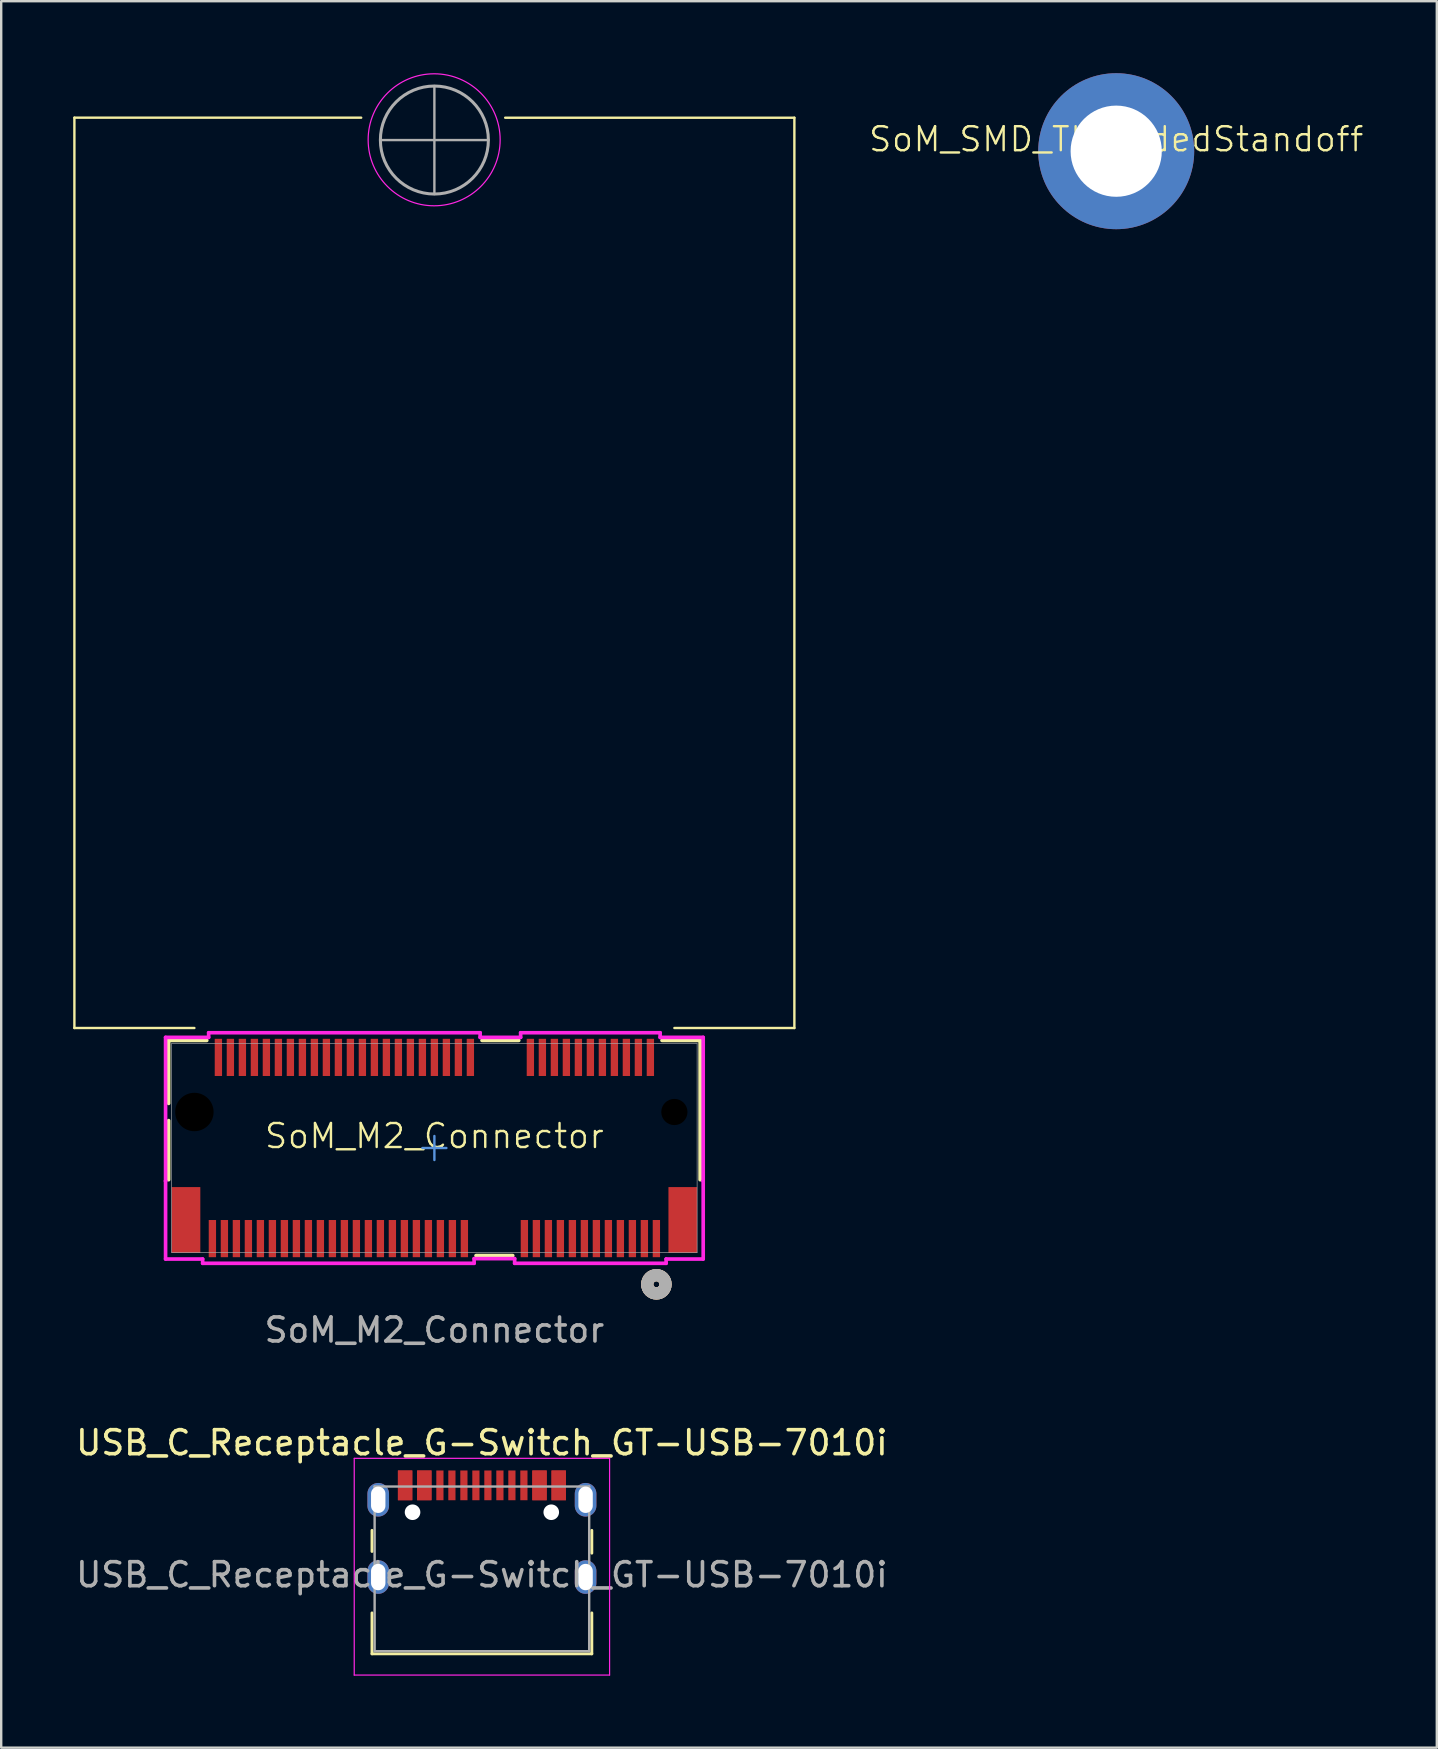
<source format=kicad_pcb>
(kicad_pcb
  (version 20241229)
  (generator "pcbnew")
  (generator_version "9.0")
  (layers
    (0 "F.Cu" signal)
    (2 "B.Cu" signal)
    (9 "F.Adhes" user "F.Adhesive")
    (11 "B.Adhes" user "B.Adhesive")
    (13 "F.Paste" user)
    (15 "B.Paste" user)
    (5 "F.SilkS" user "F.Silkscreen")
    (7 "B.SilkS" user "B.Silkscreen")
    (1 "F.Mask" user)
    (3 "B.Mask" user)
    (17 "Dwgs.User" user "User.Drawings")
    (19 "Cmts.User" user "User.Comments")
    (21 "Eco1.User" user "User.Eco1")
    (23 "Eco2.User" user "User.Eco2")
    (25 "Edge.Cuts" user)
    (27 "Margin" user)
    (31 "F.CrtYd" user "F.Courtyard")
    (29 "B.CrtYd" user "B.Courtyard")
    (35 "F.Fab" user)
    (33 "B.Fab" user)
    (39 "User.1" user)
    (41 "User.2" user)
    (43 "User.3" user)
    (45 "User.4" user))
  (footprint "SoM_M2_Connector"
    (layer "F.Cu")
    (at 15.05 44.785)
    (property "Reference" "SoM_M2_Connector" (at 0 -0.5 0) (unlocked yes) (layer "F.SilkS") (effects (font (size 1 1) (thickness 0.1))))
    (attr smd)
    (fp_line (start -15 -42.931) (end -3.05 -42.931) (stroke (width 0.1) (type default)) (layer "F.SilkS"))
    (fp_line (start -15 -5) (end -15 -42.931) (stroke (width 0.1) (type default)) (layer "F.SilkS"))
    (fp_line (start -11.074 -4.483) (end -11.074 -1.859) (stroke (width 0.152) (type solid)) (layer "F.SilkS"))
    (fp_line (start -11.074 -1.141) (end -11.074 1.321) (stroke (width 0.152) (type solid)) (layer "F.SilkS"))
    (fp_line (start -10 -5) (end -15 -5) (stroke (width 0.1) (type default)) (layer "F.SilkS"))
    (fp_line (start -9.485 -4.483) (end -11.074 -4.483) (stroke (width 0.152) (type solid)) (layer "F.SilkS"))
    (fp_line (start 1.735 4.483) (end 3.265 4.483) (stroke (width 0.152) (type solid)) (layer "F.SilkS"))
    (fp_line (start 2.95 -42.93) (end 15 -42.93) (stroke (width 0.1) (type default)) (layer "F.SilkS"))
    (fp_line (start 3.515 -4.483) (end 1.985 -4.483) (stroke (width 0.152) (type solid)) (layer "F.SilkS"))
    (fp_line (start 10 -5) (end 15 -5) (stroke (width 0.1) (type default)) (layer "F.SilkS"))
    (fp_line (start 11.074 -4.483) (end 9.485 -4.483) (stroke (width 0.152) (type solid)) (layer "F.SilkS"))
    (fp_line (start 11.074 1.321) (end 11.074 -4.483) (stroke (width 0.152) (type solid)) (layer "F.SilkS"))
    (fp_line (start 15 -5) (end 15 -42.93) (stroke (width 0.1) (type default)) (layer "F.SilkS"))
    (fp_circle (center 9.25 5.68) (end 8.869 5.68) (stroke (width 0.508) (type solid)) (fill no) (layer "F.SilkS"))
    (fp_circle (center 9.25 5.68) (end 8.869 5.68) (stroke (width 0.508) (type solid)) (fill no) (layer "B.SilkS"))
    (fp_line (start 0 0) (end -0.5 0) (stroke (width 0.1) (type default)) (layer "Cmts.User"))
    (fp_line (start 0 0) (end 0 -0.5) (stroke (width 0.1) (type default)) (layer "Cmts.User"))
    (fp_line (start 0 0) (end 0 0.5) (stroke (width 0.1) (type default)) (layer "Cmts.User"))
    (fp_line (start 0 0) (end 0.5 0) (stroke (width 0.1) (type default)) (layer "Cmts.User"))
    (fp_line (start -11.201 -4.61) (end -11.201 1.375) (stroke (width 0.152) (type solid)) (layer "F.CrtYd"))
    (fp_line (start -11.201 1.375) (end -11.201 1.375) (stroke (width 0.152) (type solid)) (layer "F.CrtYd"))
    (fp_line (start -11.201 1.375) (end -11.201 4.626) (stroke (width 0.152) (type solid)) (layer "F.CrtYd"))
    (fp_line (start -11.201 4.626) (end -9.656 4.626) (stroke (width 0.152) (type solid)) (layer "F.CrtYd"))
    (fp_line (start -9.656 4.626) (end -9.656 4.804) (stroke (width 0.152) (type solid)) (layer "F.CrtYd"))
    (fp_line (start -9.656 4.804) (end 1.656 4.804) (stroke (width 0.152) (type solid)) (layer "F.CrtYd"))
    (fp_line (start -9.406 -4.803) (end -9.406 -4.61) (stroke (width 0.152) (type solid)) (layer "F.CrtYd"))
    (fp_line (start -9.406 -4.61) (end -11.201 -4.61) (stroke (width 0.152) (type solid)) (layer "F.CrtYd"))
    (fp_line (start 1.656 4.61) (end 3.344 4.61) (stroke (width 0.152) (type solid)) (layer "F.CrtYd"))
    (fp_line (start 1.656 4.804) (end 1.656 4.61) (stroke (width 0.152) (type solid)) (layer "F.CrtYd"))
    (fp_line (start 1.906 -4.803) (end -9.406 -4.803) (stroke (width 0.152) (type solid)) (layer "F.CrtYd"))
    (fp_line (start 1.906 -4.61) (end 1.906 -4.803) (stroke (width 0.152) (type solid)) (layer "F.CrtYd"))
    (fp_line (start 3.344 4.61) (end 3.344 4.804) (stroke (width 0.152) (type solid)) (layer "F.CrtYd"))
    (fp_line (start 3.344 4.804) (end 9.656 4.804) (stroke (width 0.152) (type solid)) (layer "F.CrtYd"))
    (fp_line (start 3.594 -4.803) (end 3.594 -4.61) (stroke (width 0.152) (type solid)) (layer "F.CrtYd"))
    (fp_line (start 3.594 -4.61) (end 1.906 -4.61) (stroke (width 0.152) (type solid)) (layer "F.CrtYd"))
    (fp_line (start 9.406 -4.803) (end 3.594 -4.803) (stroke (width 0.152) (type solid)) (layer "F.CrtYd"))
    (fp_line (start 9.406 -4.61) (end 9.406 -4.803) (stroke (width 0.152) (type solid)) (layer "F.CrtYd"))
    (fp_line (start 9.656 4.626) (end 11.201 4.626) (stroke (width 0.152) (type solid)) (layer "F.CrtYd"))
    (fp_line (start 9.656 4.804) (end 9.656 4.626) (stroke (width 0.152) (type solid)) (layer "F.CrtYd"))
    (fp_line (start 11.201 1.375) (end 11.201 1.375) (stroke (width 0.152) (type solid)) (layer "F.CrtYd"))
    (fp_line (start 11.201 4.626) (end 11.201 1.375) (stroke (width 0.152) (type solid)) (layer "F.CrtYd"))
    (fp_line (start 11.201 -4.61) (end 9.406 -4.61) (stroke (width 0.152) (type solid)) (layer "F.CrtYd"))
    (fp_line (start 11.201 1.375) (end 11.201 -4.61) (stroke (width 0.152) (type solid)) (layer "F.CrtYd"))
    (fp_circle (center -0.01 -42.01) (end -2.76 -42.01) (stroke (width 0.05) (type solid)) (fill no) (layer "F.CrtYd"))
    (fp_line (start -10.947 -4.356) (end -10.947 4.356) (stroke (width 0.025) (type solid)) (layer "F.Fab"))
    (fp_line (start -10.947 4.356) (end 10.947 4.356) (stroke (width 0.025) (type solid)) (layer "F.Fab"))
    (fp_line (start 0 -44.25) (end 0 -39.75) (stroke (width 0.1) (type default)) (layer "F.Fab"))
    (fp_line (start 2.25 -42) (end -2.25 -42) (stroke (width 0.1) (type default)) (layer "F.Fab"))
    (fp_line (start 10.947 -4.356) (end -10.947 -4.356) (stroke (width 0.025) (type solid)) (layer "F.Fab"))
    (fp_line (start 10.947 4.356) (end 10.947 -4.356) (stroke (width 0.025) (type solid)) (layer "F.Fab"))
    (fp_circle (center 0 -42) (end 2.25 -42) (stroke (width 0.127) (type solid)) (fill no) (layer "F.Fab"))
    (fp_circle (center 9.25 5.68) (end 8.869 5.68) (stroke (width 0.508) (type solid)) (fill no) (layer "F.Fab"))
    (fp_text user "${REFERENCE}" (at 0 7.585 0) (unlocked yes) (layer "F.Fab") (effects (font (size 1 1) (thickness 0.15))))
    (pad "" np_thru_hole circle (at -10 -1.5 180) (size 1.6 1.6) (drill 1.6) (layers))
    (pad "" np_thru_hole circle (at 10 -1.5 180) (size 1.092 1.092) (drill 1.092) (layers))
    (pad "1" smd rect (at 9.25 3.775 180) (size 0.305 1.549) (layers "F.Cu" "F.Mask" "F.Paste"))
    (pad "2" smd rect (at 9 -3.775 180) (size 0.305 1.549) (layers "F.Cu" "F.Mask" "F.Paste"))
    (pad "3" smd rect (at 8.75 3.775 180) (size 0.305 1.549) (layers "F.Cu" "F.Mask" "F.Paste"))
    (pad "4" smd rect (at 8.5 -3.775 180) (size 0.305 1.549) (layers "F.Cu" "F.Mask" "F.Paste"))
    (pad "5" smd rect (at 8.25 3.775 180) (size 0.305 1.549) (layers "F.Cu" "F.Mask" "F.Paste"))
    (pad "6" smd rect (at 8 -3.775 180) (size 0.305 1.549) (layers "F.Cu" "F.Mask" "F.Paste"))
    (pad "7" smd rect (at 7.75 3.775 180) (size 0.305 1.549) (layers "F.Cu" "F.Mask" "F.Paste"))
    (pad "8" smd rect (at 7.5 -3.775 180) (size 0.305 1.549) (layers "F.Cu" "F.Mask" "F.Paste"))
    (pad "9" smd rect (at 7.25 3.775 180) (size 0.305 1.549) (layers "F.Cu" "F.Mask" "F.Paste"))
    (pad "10" smd rect (at 7 -3.775 180) (size 0.305 1.549) (layers "F.Cu" "F.Mask" "F.Paste"))
    (pad "11" smd rect (at 6.75 3.775 180) (size 0.305 1.549) (layers "F.Cu" "F.Mask" "F.Paste"))
    (pad "12" smd rect (at 6.5 -3.775 180) (size 0.305 1.549) (layers "F.Cu" "F.Mask" "F.Paste"))
    (pad "13" smd rect (at 6.25 3.775 180) (size 0.305 1.549) (layers "F.Cu" "F.Mask" "F.Paste"))
    (pad "14" smd rect (at 6 -3.775 180) (size 0.305 1.549) (layers "F.Cu" "F.Mask" "F.Paste"))
    (pad "15" smd rect (at 5.75 3.775 180) (size 0.305 1.549) (layers "F.Cu" "F.Mask" "F.Paste"))
    (pad "16" smd rect (at 5.5 -3.775 180) (size 0.305 1.549) (layers "F.Cu" "F.Mask" "F.Paste"))
    (pad "17" smd rect (at 5.25 3.775 180) (size 0.305 1.549) (layers "F.Cu" "F.Mask" "F.Paste"))
    (pad "18" smd rect (at 5 -3.775 180) (size 0.305 1.549) (layers "F.Cu" "F.Mask" "F.Paste"))
    (pad "19" smd rect (at 4.75 3.775 180) (size 0.305 1.549) (layers "F.Cu" "F.Mask" "F.Paste"))
    (pad "20" smd rect (at 4.5 -3.775 180) (size 0.305 1.549) (layers "F.Cu" "F.Mask" "F.Paste"))
    (pad "21" smd rect (at 4.25 3.775 180) (size 0.305 1.549) (layers "F.Cu" "F.Mask" "F.Paste"))
    (pad "22" smd rect (at 4 -3.775 180) (size 0.305 1.549) (layers "F.Cu" "F.Mask" "F.Paste"))
    (pad "23" smd rect (at 3.75 3.775 180) (size 0.305 1.549) (layers "F.Cu" "F.Mask" "F.Paste"))
    (pad "32" smd rect (at 1.5 -3.775 180) (size 0.305 1.549) (layers "F.Cu" "F.Mask" "F.Paste"))
    (pad "33" smd rect (at 1.25 3.775 180) (size 0.305 1.549) (layers "F.Cu" "F.Mask" "F.Paste"))
    (pad "34" smd rect (at 1 -3.775 180) (size 0.305 1.549) (layers "F.Cu" "F.Mask" "F.Paste"))
    (pad "35" smd rect (at 0.75 3.775 180) (size 0.305 1.549) (layers "F.Cu" "F.Mask" "F.Paste"))
    (pad "36" smd rect (at 0.5 -3.775 180) (size 0.305 1.549) (layers "F.Cu" "F.Mask" "F.Paste"))
    (pad "37" smd rect (at 0.25 3.775 180) (size 0.305 1.549) (layers "F.Cu" "F.Mask" "F.Paste"))
    (pad "38" smd rect (at -0.000001 -3.775 180) (size 0.305 1.549) (layers "F.Cu" "F.Mask" "F.Paste"))
    (pad "39" smd rect (at -0.25 3.775 180) (size 0.305 1.549) (layers "F.Cu" "F.Mask" "F.Paste"))
    (pad "40" smd rect (at -0.5 -3.775 180) (size 0.305 1.549) (layers "F.Cu" "F.Mask" "F.Paste"))
    (pad "41" smd rect (at -0.75 3.775 180) (size 0.305 1.549) (layers "F.Cu" "F.Mask" "F.Paste"))
    (pad "42" smd rect (at -1 -3.775 180) (size 0.305 1.549) (layers "F.Cu" "F.Mask" "F.Paste"))
    (pad "43" smd rect (at -1.25 3.775 180) (size 0.305 1.549) (layers "F.Cu" "F.Mask" "F.Paste"))
    (pad "44" smd rect (at -1.5 -3.775 180) (size 0.305 1.549) (layers "F.Cu" "F.Mask" "F.Paste"))
    (pad "45" smd rect (at -1.75 3.775 180) (size 0.305 1.549) (layers "F.Cu" "F.Mask" "F.Paste"))
    (pad "46" smd rect (at -2 -3.775 180) (size 0.305 1.549) (layers "F.Cu" "F.Mask" "F.Paste"))
    (pad "47" smd rect (at -2.25 3.775 180) (size 0.305 1.549) (layers "F.Cu" "F.Mask" "F.Paste"))
    (pad "48" smd rect (at -2.5 -3.775 180) (size 0.305 1.549) (layers "F.Cu" "F.Mask" "F.Paste"))
    (pad "49" smd rect (at -2.75 3.775 180) (size 0.305 1.549) (layers "F.Cu" "F.Mask" "F.Paste"))
    (pad "50" smd rect (at -3 -3.775 180) (size 0.305 1.549) (layers "F.Cu" "F.Mask" "F.Paste"))
    (pad "51" smd rect (at -3.25 3.775 180) (size 0.305 1.549) (layers "F.Cu" "F.Mask" "F.Paste"))
    (pad "52" smd rect (at -3.5 -3.775 180) (size 0.305 1.549) (layers "F.Cu" "F.Mask" "F.Paste"))
    (pad "53" smd rect (at -3.75 3.775 180) (size 0.305 1.549) (layers "F.Cu" "F.Mask" "F.Paste"))
    (pad "54" smd rect (at -4 -3.775 180) (size 0.305 1.549) (layers "F.Cu" "F.Mask" "F.Paste"))
    (pad "55" smd rect (at -4.25 3.775 180) (size 0.305 1.549) (layers "F.Cu" "F.Mask" "F.Paste"))
    (pad "56" smd rect (at -4.5 -3.775 180) (size 0.305 1.549) (layers "F.Cu" "F.Mask" "F.Paste"))
    (pad "57" smd rect (at -4.75 3.775 180) (size 0.305 1.549) (layers "F.Cu" "F.Mask" "F.Paste"))
    (pad "58" smd rect (at -5 -3.775 180) (size 0.305 1.549) (layers "F.Cu" "F.Mask" "F.Paste"))
    (pad "59" smd rect (at -5.25 3.775 180) (size 0.305 1.549) (layers "F.Cu" "F.Mask" "F.Paste"))
    (pad "60" smd rect (at -5.5 -3.775 180) (size 0.305 1.549) (layers "F.Cu" "F.Mask" "F.Paste"))
    (pad "61" smd rect (at -5.75 3.775 180) (size 0.305 1.549) (layers "F.Cu" "F.Mask" "F.Paste"))
    (pad "62" smd rect (at -6 -3.775 180) (size 0.305 1.549) (layers "F.Cu" "F.Mask" "F.Paste"))
    (pad "63" smd rect (at -6.25 3.775 180) (size 0.305 1.549) (layers "F.Cu" "F.Mask" "F.Paste"))
    (pad "64" smd rect (at -6.5 -3.775 180) (size 0.305 1.549) (layers "F.Cu" "F.Mask" "F.Paste"))
    (pad "65" smd rect (at -6.75 3.775 180) (size 0.305 1.549) (layers "F.Cu" "F.Mask" "F.Paste"))
    (pad "66" smd rect (at -7 -3.775 180) (size 0.305 1.549) (layers "F.Cu" "F.Mask" "F.Paste"))
    (pad "67" smd rect (at -7.25 3.775 180) (size 0.305 1.549) (layers "F.Cu" "F.Mask" "F.Paste"))
    (pad "68" smd rect (at -7.5 -3.775 180) (size 0.305 1.549) (layers "F.Cu" "F.Mask" "F.Paste"))
    (pad "69" smd rect (at -7.75 3.775 180) (size 0.305 1.549) (layers "F.Cu" "F.Mask" "F.Paste"))
    (pad "70" smd rect (at -8 -3.775 180) (size 0.305 1.549) (layers "F.Cu" "F.Mask" "F.Paste"))
    (pad "71" smd rect (at -8.25 3.775 180) (size 0.305 1.549) (layers "F.Cu" "F.Mask" "F.Paste"))
    (pad "72" smd rect (at -8.5 -3.775 180) (size 0.305 1.549) (layers "F.Cu" "F.Mask" "F.Paste"))
    (pad "73" smd rect (at -8.75 3.775 180) (size 0.305 1.549) (layers "F.Cu" "F.Mask" "F.Paste"))
    (pad "74" smd rect (at -9 -3.775 180) (size 0.305 1.549) (layers "F.Cu" "F.Mask" "F.Paste"))
    (pad "75" smd rect (at -9.25 3.775 180) (size 0.305 1.549) (layers "F.Cu" "F.Mask" "F.Paste"))
    (pad "76" smd rect (at 10.35 3 180) (size 1.194 2.743) (layers "F.Cu" "F.Mask" "F.Paste"))
    (pad "77" smd rect (at -10.35 3 180) (size 1.194 2.743) (layers "F.Cu" "F.Mask" "F.Paste"))
    (zone (net_name "") (layer "F.Cu") (hatch edge 0.5) (connect_pads) (min_thickness 0.25) (filled_areas_thickness no) (keepout (tracks allowed) (vias allowed) (pads allowed) (copperpour allowed) (footprints not_allowed)) (placement (enabled no)) (fill) (polygon (pts (xy 30.05 39.785) (xy 0.05 39.785) (xy 0.05 5.785) (xy 17.85 5.786) (xy 30.05 5.785)))))
  (footprint "USB_C_Receptacle_G-Switch_GT-USB-7010i"
    (layer "F.Cu")
    (at 17.03 62.567)
    (property "Reference" "USB_C_Receptacle_G-Switch_GT-USB-7010i" (at 0 -5.5 0) (layer "F.SilkS") (effects (font (size 1 1) (thickness 0.15))))
    (attr smd)
    (fp_line (start -4.58 -1.85) (end -4.58 -0.97) (stroke (width 0.12) (type solid)) (layer "F.SilkS"))
    (fp_line (start -4.58 3.295) (end -4.58 1.59) (stroke (width 0.12) (type solid)) (layer "F.SilkS"))
    (fp_line (start 4.58 -0.9) (end 4.58 -1.85) (stroke (width 0.12) (type solid)) (layer "F.SilkS"))
    (fp_line (start 4.58 1.59) (end 4.58 3.295) (stroke (width 0.12) (type solid)) (layer "F.SilkS"))
    (fp_line (start 4.58 3.295) (end -4.58 3.295) (stroke (width 0.12) (type solid)) (layer "F.SilkS"))
    (fp_line (start -5.32 -4.85) (end 5.32 -4.85) (stroke (width 0.05) (type solid)) (layer "F.CrtYd"))
    (fp_line (start -5.32 4.18) (end -5.32 -4.85) (stroke (width 0.05) (type solid)) (layer "F.CrtYd"))
    (fp_line (start 5.32 -4.85) (end 5.32 4.18) (stroke (width 0.05) (type solid)) (layer "F.CrtYd"))
    (fp_line (start 5.32 4.18) (end -5.32 4.18) (stroke (width 0.05) (type solid)) (layer "F.CrtYd"))
    (fp_line (start -4.47 -3.675) (end -4.47 3.185) (stroke (width 0.1) (type solid)) (layer "F.Fab"))
    (fp_line (start -4.47 -3.675) (end 4.47 -3.675) (stroke (width 0.1) (type solid)) (layer "F.Fab"))
    (fp_line (start -4.47 3.185) (end 4.47 3.185) (stroke (width 0.1) (type solid)) (layer "F.Fab"))
    (fp_line (start 4.47 3.185) (end 4.47 -3.675) (stroke (width 0.1) (type solid)) (layer "F.Fab"))
    (fp_text user "${REFERENCE}" (at 0 0 0) (layer "F.Fab") (effects (font (size 1 1) (thickness 0.15))))
    (pad "" np_thru_hole circle (at -2.89 -2.605) (size 0.65 0.65) (drill 0.65) (layers "*.Cu" "*.Mask"))
    (pad "" np_thru_hole circle (at 2.89 -2.605) (size 0.65 0.65) (drill 0.65) (layers "*.Cu" "*.Mask"))
    (pad "A1" smd rect (at -3.2 -3.725) (size 0.6 1.24) (layers "F.Cu" "F.Mask" "F.Paste"))
    (pad "A4" smd rect (at -2.4 -3.725) (size 0.6 1.24) (layers "F.Cu" "F.Mask" "F.Paste"))
    (pad "A5" smd rect (at -1.25 -3.725) (size 0.3 1.24) (layers "F.Cu" "F.Mask" "F.Paste"))
    (pad "A6" smd rect (at -0.25 -3.725) (size 0.3 1.24) (layers "F.Cu" "F.Mask" "F.Paste"))
    (pad "A7" smd rect (at 0.25 -3.725) (size 0.3 1.24) (layers "F.Cu" "F.Mask" "F.Paste"))
    (pad "A8" smd rect (at 1.25 -3.725) (size 0.3 1.24) (layers "F.Cu" "F.Mask" "F.Paste"))
    (pad "A9" smd rect (at 2.4 -3.725) (size 0.6 1.24) (layers "F.Cu" "F.Mask" "F.Paste"))
    (pad "A12" smd rect (at 3.2 -3.725) (size 0.6 1.24) (layers "F.Cu" "F.Mask" "F.Paste"))
    (pad "B1" smd rect (at 3.2 -3.725) (size 0.6 1.24) (layers "F.Cu" "F.Mask" "F.Paste"))
    (pad "B4" smd rect (at 2.4 -3.725) (size 0.6 1.24) (layers "F.Cu" "F.Mask" "F.Paste"))
    (pad "B5" smd rect (at 1.75 -3.725) (size 0.3 1.24) (layers "F.Cu" "F.Mask" "F.Paste"))
    (pad "B6" smd rect (at 0.75 -3.725) (size 0.3 1.24) (layers "F.Cu" "F.Mask" "F.Paste"))
    (pad "B7" smd rect (at -0.75 -3.725) (size 0.3 1.24) (layers "F.Cu" "F.Mask" "F.Paste"))
    (pad "B8" smd rect (at -1.75 -3.725) (size 0.3 1.24) (layers "F.Cu" "F.Mask" "F.Paste"))
    (pad "B9" smd rect (at -2.4 -3.725) (size 0.6 1.24) (layers "F.Cu" "F.Mask" "F.Paste"))
    (pad "B12" smd rect (at -3.2 -3.725) (size 0.6 1.24) (layers "F.Cu" "F.Mask" "F.Paste"))
    (pad "S1" thru_hole oval (at -4.32 -3.125) (size 0.9 1.4) (drill oval 0.6 1.1) (layers "*.Cu" "*.Mask"))
    (pad "S1" thru_hole oval (at -4.32 0.095) (size 0.9 1.4) (drill oval 0.6 1.1) (layers "*.Cu" "*.Mask"))
    (pad "S1" thru_hole oval (at 4.32 -3.125) (size 0.9 1.4) (drill oval 0.6 1.1) (layers "*.Cu" "*.Mask"))
    (pad "S1" thru_hole oval (at 4.32 0.095) (size 0.9 1.4) (drill oval 0.6 1.1) (layers "*.Cu" "*.Mask")))
  (footprint "SoM_SMD_ThreadedStandoff"
    (layer "F.Cu")
    (at 43.46 3.25)
    (property "Reference" "SoM_SMD_ThreadedStandoff" (at 0 -0.5 0) (unlocked yes) (layer "F.SilkS") (effects (font (size 1 1) (thickness 0.1))))
    (attr smd)
    (fp_circle (center -2.575 0) (end -1.975 0) (stroke (width 0.1) (type solid)) (fill yes) (layer "F.Paste"))
    (fp_circle (center -1.821 -1.821) (end -1.221 -1.821) (stroke (width 0.1) (type solid)) (fill yes) (layer "F.Paste"))
    (fp_circle (center -1.821 1.821) (end -1.221 1.821) (stroke (width 0.1) (type solid)) (fill yes) (layer "F.Paste"))
    (fp_circle (center 0 -2.575) (end 0.6 -2.575) (stroke (width 0.1) (type solid)) (fill yes) (layer "F.Paste"))
    (fp_circle (center 0 2.575) (end 0.6 2.575) (stroke (width 0.1) (type solid)) (fill yes) (layer "F.Paste"))
    (fp_circle (center 1.821 -1.821) (end 2.421 -1.821) (stroke (width 0.1) (type solid)) (fill yes) (layer "F.Paste"))
    (fp_circle (center 1.821 1.821) (end 2.421 1.821) (stroke (width 0.1) (type solid)) (fill yes) (layer "F.Paste"))
    (fp_circle (center 2.575 0) (end 3.175 0) (stroke (width 0.1) (type solid)) (fill yes) (layer "F.Paste"))
    (pad "1" thru_hole circle (at 0 0) (size 6.5 6.5) (drill 3.8) (layers "*.Cu" "*.Mask")))
  (gr_rect
    (start -3 -3)
    (end 56.819 69.772)
    (stroke (width 0.1) (type default))
    (fill no)
    (layer "Edge.Cuts")))
</source>
